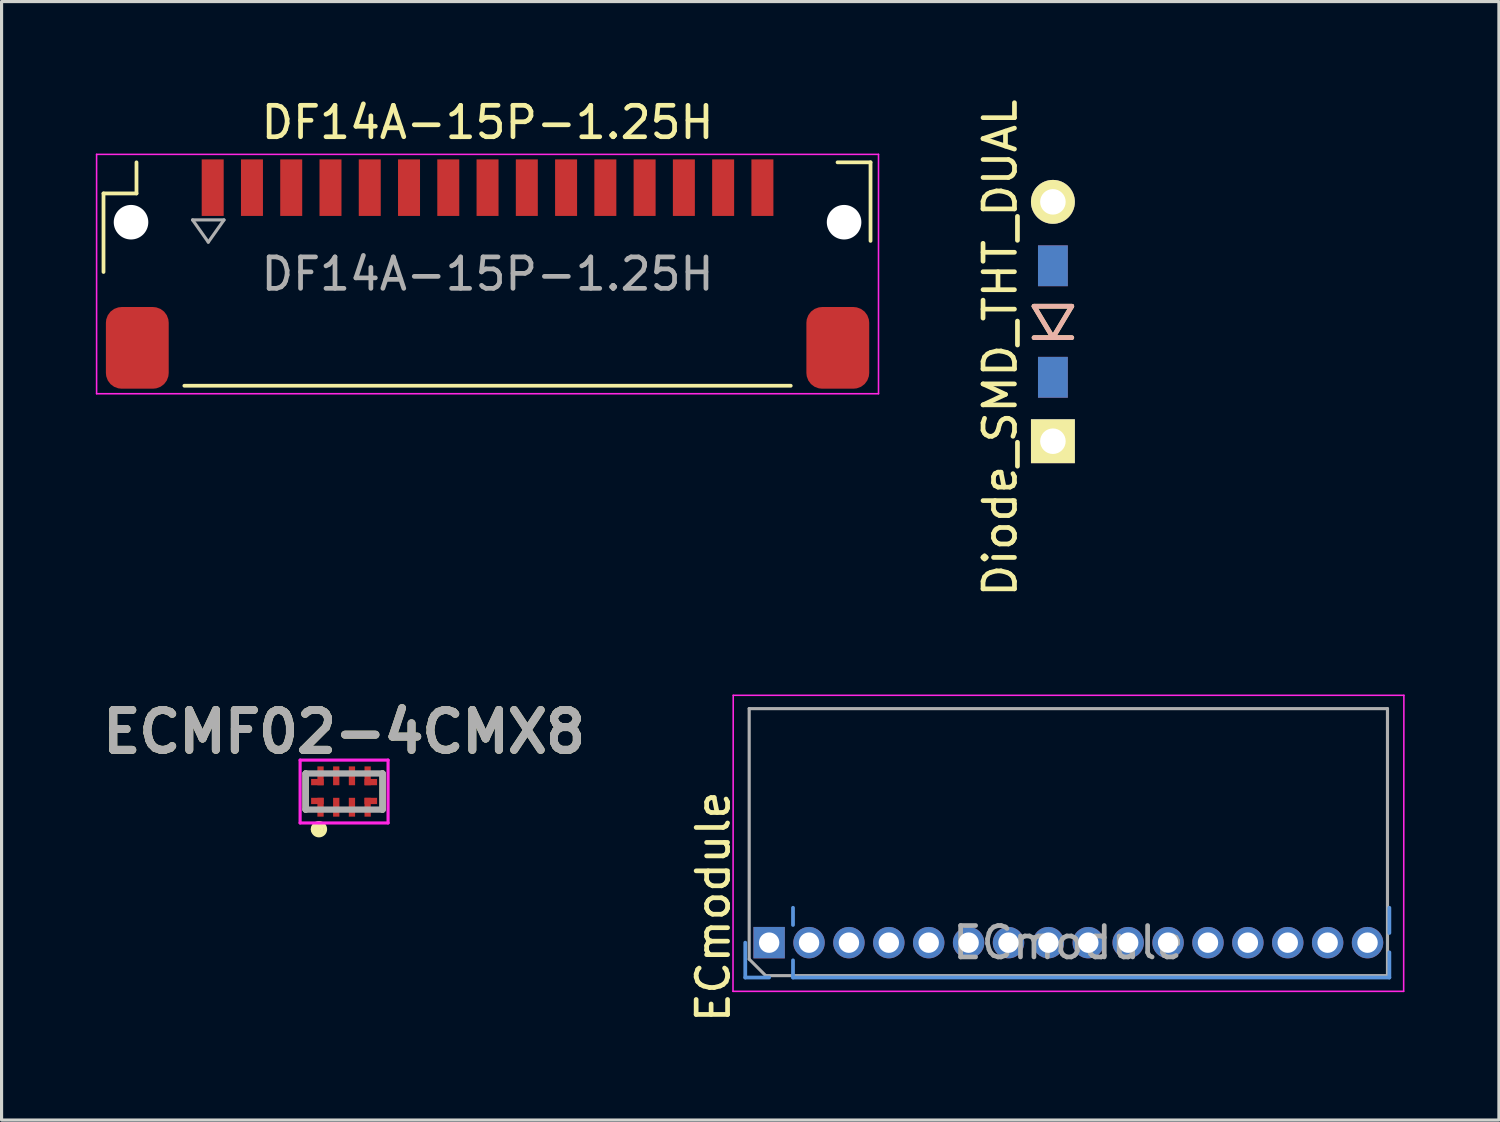
<source format=kicad_pcb>
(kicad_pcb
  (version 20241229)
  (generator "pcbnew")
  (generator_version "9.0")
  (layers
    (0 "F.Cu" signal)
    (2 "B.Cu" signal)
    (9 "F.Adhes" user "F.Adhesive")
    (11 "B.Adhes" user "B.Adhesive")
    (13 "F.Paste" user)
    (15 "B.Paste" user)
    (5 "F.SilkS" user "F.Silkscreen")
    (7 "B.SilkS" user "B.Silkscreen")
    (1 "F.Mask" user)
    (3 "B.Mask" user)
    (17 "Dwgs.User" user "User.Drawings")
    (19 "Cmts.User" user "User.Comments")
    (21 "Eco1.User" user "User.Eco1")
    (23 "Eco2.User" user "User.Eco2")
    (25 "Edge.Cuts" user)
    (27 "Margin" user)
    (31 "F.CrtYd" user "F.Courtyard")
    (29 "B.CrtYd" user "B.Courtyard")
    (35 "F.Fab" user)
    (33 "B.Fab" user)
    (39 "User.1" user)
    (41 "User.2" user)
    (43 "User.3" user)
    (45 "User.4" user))
  (footprint "ECMF02-4CMX8"
    (layer "F.Cu")
    (at 7.904 22.148)
    (property "Reference" "ECMF02-4CMX8" (at 0 -1.9 0) (layer "F.SilkS") (effects (font (size 1.27 1.27) (thickness 0.254))))
    (attr smd)
    (fp_line (start -1.225 -0.575) (end -1.225 0.575) (stroke (width 0.2) (type solid)) (layer "F.SilkS"))
    (fp_line (start 1.225 -0.575) (end 1.225 0.575) (stroke (width 0.2) (type solid)) (layer "F.SilkS"))
    (fp_circle (center -0.9 1.2) (end -0.8 1.2) (stroke (width 0.12) (type solid)) (fill no) (layer "F.SilkS"))
    (fp_circle (center -0.8 1.2) (end -0.7 1.2) (stroke (width 0.12) (type solid)) (fill no) (layer "F.SilkS"))
    (fp_circle (center -0.8 1.2) (end -0.6 1.2) (stroke (width 0.12) (type solid)) (fill no) (layer "F.SilkS"))
    (fp_line (start -1.4 -1) (end 1.4 -1) (stroke (width 0.1) (type solid)) (layer "F.CrtYd"))
    (fp_line (start -1.4 1) (end -1.4 -1) (stroke (width 0.1) (type solid)) (layer "F.CrtYd"))
    (fp_line (start 1.4 -1) (end 1.4 1) (stroke (width 0.1) (type solid)) (layer "F.CrtYd"))
    (fp_line (start 1.4 1) (end -1.4 1) (stroke (width 0.1) (type solid)) (layer "F.CrtYd"))
    (fp_line (start -1.225 -0.575) (end 1.225 -0.575) (stroke (width 0.2) (type solid)) (layer "F.Fab"))
    (fp_line (start -1.225 0.575) (end -1.225 -0.575) (stroke (width 0.2) (type solid)) (layer "F.Fab"))
    (fp_line (start 1.225 -0.575) (end 1.225 0.575) (stroke (width 0.2) (type solid)) (layer "F.Fab"))
    (fp_line (start 1.225 0.575) (end -1.225 0.575) (stroke (width 0.2) (type solid)) (layer "F.Fab"))
    (fp_text user "${REFERENCE}" (at 0 -1.9 0) (layer "F.Fab") (effects (font (size 1.27 1.27) (thickness 0.254))))
    (pad "1" smd rect (at -0.85 0.3 90) (size 0.2 0.4) (layers "F.Cu" "F.Mask" "F.Paste"))
    (pad "1" smd rect (at -0.75 0.5) (size 0.2 0.6) (layers "F.Cu" "F.Mask" "F.Paste"))
    (pad "2" smd rect (at -0.25 0.5) (size 0.2 0.6) (layers "F.Cu" "F.Mask" "F.Paste"))
    (pad "3" smd rect (at 0.25 0.5) (size 0.2 0.6) (layers "F.Cu" "F.Mask" "F.Paste"))
    (pad "4" smd rect (at 0.75 0.5) (size 0.2 0.6) (layers "F.Cu" "F.Mask" "F.Paste"))
    (pad "4" smd rect (at 0.85 0.3 270) (size 0.2 0.4) (layers "F.Cu" "F.Mask" "F.Paste"))
    (pad "5" smd rect (at 0.75 -0.5) (size 0.2 0.6) (layers "F.Cu" "F.Mask" "F.Paste"))
    (pad "5" smd rect (at 0.85 -0.3 90) (size 0.2 0.4) (layers "F.Cu" "F.Mask" "F.Paste"))
    (pad "6" smd rect (at 0.25 -0.5) (size 0.2 0.6) (layers "F.Cu" "F.Mask" "F.Paste"))
    (pad "7" smd rect (at -0.25 -0.5) (size 0.2 0.6) (layers "F.Cu" "F.Mask" "F.Paste"))
    (pad "8" smd rect (at -0.85 -0.3 90) (size 0.2 0.4) (layers "F.Cu" "F.Mask" "F.Paste"))
    (pad "8" smd rect (at -0.75 -0.5) (size 0.2 0.6) (layers "F.Cu" "F.Mask" "F.Paste")))
  (footprint "ECmodule"
    (layer "F.Cu")
    (at 21.435 26.959)
    (property "Reference" "ECmodule" (at -1.778 -1.143 90) (layer "F.SilkS") (effects (font (size 1 1) (thickness 0.15))))
    (attr through_hole)
    (fp_line (start -0.76 1.11) (end -0.76 0) (stroke (width 0.12) (type solid)) (layer "Cmts.User"))
    (fp_line (start 0 1.11) (end -0.76 1.11) (stroke (width 0.12) (type solid)) (layer "Cmts.User"))
    (fp_line (start 0.76 -0.563) (end 0.76 -1.11) (stroke (width 0.12) (type solid)) (layer "Cmts.User"))
    (fp_line (start 0.76 1.11) (end 0.76 0.563) (stroke (width 0.12) (type solid)) (layer "Cmts.User"))
    (fp_line (start 0.76 1.11) (end 19.745 1.11) (stroke (width 0.12) (type solid)) (layer "Cmts.User"))
    (fp_line (start 19.745 -0.308) (end 19.745 -1.11) (stroke (width 0.12) (type solid)) (layer "Cmts.User"))
    (fp_line (start 19.745 1.11) (end 19.745 0.308) (stroke (width 0.12) (type solid)) (layer "Cmts.User"))
    (fp_line (start -1.15 1.55) (end 20.2 1.55) (stroke (width 0.05) (type solid)) (layer "F.CrtYd"))
    (fp_line (start -1.143 -7.874) (end -1.15 1.55) (stroke (width 0.05) (type solid)) (layer "F.CrtYd"))
    (fp_line (start 20.2 1.55) (end 20.207 -7.874) (stroke (width 0.05) (type solid)) (layer "F.CrtYd"))
    (fp_line (start 20.207 -7.874) (end -1.143 -7.874) (stroke (width 0.05) (type solid)) (layer "F.CrtYd"))
    (fp_line (start -0.635 -7.45) (end 19.685 -7.45) (stroke (width 0.1) (type solid)) (layer "F.Fab"))
    (fp_line (start -0.635 0.525) (end -0.635 -7.45) (stroke (width 0.1) (type solid)) (layer "F.Fab"))
    (fp_line (start -0.11 1.05) (end -0.635 0.525) (stroke (width 0.1) (type solid)) (layer "F.Fab"))
    (fp_line (start 19.685 -7.45) (end 19.685 1.05) (stroke (width 0.1) (type solid)) (layer "F.Fab"))
    (fp_line (start 19.685 1.05) (end -0.11 1.05) (stroke (width 0.1) (type solid)) (layer "F.Fab"))
    (fp_text user "${REFERENCE}" (at 9.525 0 180) (layer "F.Fab") (effects (font (size 1 1) (thickness 0.15))))
    (pad "1" thru_hole rect (at 0 0 90) (size 1 1) (drill 0.65) (layers "*.Cu" "*.Mask"))
    (pad "2" thru_hole oval (at 1.27 0 90) (size 1 1) (drill 0.65) (layers "*.Cu" "*.Mask"))
    (pad "3" thru_hole oval (at 2.54 0 90) (size 1 1) (drill 0.65) (layers "*.Cu" "*.Mask"))
    (pad "4" thru_hole oval (at 3.81 0 90) (size 1 1) (drill 0.65) (layers "*.Cu" "*.Mask"))
    (pad "5" thru_hole oval (at 5.08 0 90) (size 1 1) (drill 0.65) (layers "*.Cu" "*.Mask"))
    (pad "6" thru_hole oval (at 6.35 0 90) (size 1 1) (drill 0.65) (layers "*.Cu" "*.Mask"))
    (pad "7" thru_hole oval (at 7.62 0 90) (size 1 1) (drill 0.65) (layers "*.Cu" "*.Mask"))
    (pad "8" thru_hole oval (at 8.89 0 90) (size 1 1) (drill 0.65) (layers "*.Cu" "*.Mask"))
    (pad "9" thru_hole oval (at 10.16 0 90) (size 1 1) (drill 0.65) (layers "*.Cu" "*.Mask"))
    (pad "10" thru_hole oval (at 11.43 0 90) (size 1 1) (drill 0.65) (layers "*.Cu" "*.Mask"))
    (pad "11" thru_hole oval (at 12.7 0 90) (size 1 1) (drill 0.65) (layers "*.Cu" "*.Mask"))
    (pad "12" thru_hole oval (at 13.97 0 90) (size 1 1) (drill 0.65) (layers "*.Cu" "*.Mask"))
    (pad "13" thru_hole oval (at 15.24 0 90) (size 1 1) (drill 0.65) (layers "*.Cu" "*.Mask"))
    (pad "14" thru_hole oval (at 16.51 0 90) (size 1 1) (drill 0.65) (layers "*.Cu" "*.Mask"))
    (pad "15" thru_hole oval (at 17.78 0 90) (size 1 1) (drill 0.65) (layers "*.Cu" "*.Mask"))
    (pad "16" thru_hole oval (at 19.05 0 90) (size 1 1) (drill 0.65) (layers "*.Cu" "*.Mask")))
  (footprint "DF14A-15P-1.25H"
    (layer "F.Cu")
    (at 12.471 5.674)
    (property "Reference" "DF14A-15P-1.25H" (at 0 -4.826 0) (layer "F.SilkS") (effects (font (size 1 1) (thickness 0.15))))
    (attr smd)
    (fp_line (start -12.226 -2.566) (end -11.176 -2.566) (stroke (width 0.12) (type solid)) (layer "F.SilkS"))
    (fp_line (start -12.226 -0.066) (end -12.226 -2.566) (stroke (width 0.12) (type solid)) (layer "F.SilkS"))
    (fp_line (start -11.176 -2.566) (end -11.176 -3.556) (stroke (width 0.12) (type solid)) (layer "F.SilkS"))
    (fp_line (start -9.652 3.556) (end 9.652 3.556) (stroke (width 0.12) (type solid)) (layer "F.SilkS"))
    (fp_line (start 12.192 -3.556) (end 11.142 -3.556) (stroke (width 0.12) (type solid)) (layer "F.SilkS"))
    (fp_line (start 12.192 -1.056) (end 12.192 -3.556) (stroke (width 0.12) (type solid)) (layer "F.SilkS"))
    (fp_line (start -12.446 -3.81) (end -12.446 3.81) (stroke (width 0.05) (type solid)) (layer "F.CrtYd"))
    (fp_line (start -12.446 3.81) (end 12.446 3.81) (stroke (width 0.05) (type solid)) (layer "F.CrtYd"))
    (fp_line (start 12.446 -3.81) (end -12.446 -3.81) (stroke (width 0.05) (type solid)) (layer "F.CrtYd"))
    (fp_line (start 12.446 3.81) (end 12.446 -3.81) (stroke (width 0.05) (type solid)) (layer "F.CrtYd"))
    (fp_line (start -9.39 -1.723) (end -8.89 -1.016) (stroke (width 0.1) (type solid)) (layer "F.Fab"))
    (fp_line (start -9.39 -1.723) (end -8.39 -1.723) (stroke (width 0.1) (type solid)) (layer "F.Fab"))
    (fp_line (start -8.89 -1.016) (end -8.39 -1.723) (stroke (width 0.1) (type solid)) (layer "F.Fab"))
    (fp_text user "${REFERENCE}" (at 0 0 0) (layer "F.Fab") (effects (font (size 1 1) (thickness 0.15))))
    (pad "" np_thru_hole circle (at -11.35 -1.65 180) (size 1.1 1.1) (drill 1.1) (layers "*.Cu" "*.Mask"))
    (pad "" np_thru_hole circle (at 11.35 -1.65 180) (size 1.1 1.1) (drill 1.1) (layers "*.Cu" "*.Mask"))
    (pad "1" smd rect (at -8.75 -2.75 180) (size 0.7 1.8) (layers "F.Cu" "F.Mask" "F.Paste"))
    (pad "2" smd rect (at -7.5 -2.75 180) (size 0.7 1.8) (layers "F.Cu" "F.Mask" "F.Paste"))
    (pad "3" smd rect (at -6.25 -2.75 180) (size 0.7 1.8) (layers "F.Cu" "F.Mask" "F.Paste"))
    (pad "4" smd rect (at -5 -2.75 180) (size 0.7 1.8) (layers "F.Cu" "F.Mask" "F.Paste"))
    (pad "5" smd rect (at -3.75 -2.75 180) (size 0.7 1.8) (layers "F.Cu" "F.Mask" "F.Paste"))
    (pad "6" smd rect (at -2.5 -2.75 180) (size 0.7 1.8) (layers "F.Cu" "F.Mask" "F.Paste"))
    (pad "7" smd rect (at -1.25 -2.75 180) (size 0.7 1.8) (layers "F.Cu" "F.Mask" "F.Paste"))
    (pad "8" smd rect (at 0 -2.75 180) (size 0.7 1.8) (layers "F.Cu" "F.Mask" "F.Paste"))
    (pad "9" smd rect (at 1.25 -2.75 180) (size 0.7 1.8) (layers "F.Cu" "F.Mask" "F.Paste"))
    (pad "10" smd rect (at 2.5 -2.75 180) (size 0.7 1.8) (layers "F.Cu" "F.Mask" "F.Paste"))
    (pad "11" smd rect (at 3.75 -2.75 180) (size 0.7 1.8) (layers "F.Cu" "F.Mask" "F.Paste"))
    (pad "12" smd rect (at 5 -2.75 180) (size 0.7 1.8) (layers "F.Cu" "F.Mask" "F.Paste"))
    (pad "13" smd rect (at 6.25 -2.75 180) (size 0.7 1.8) (layers "F.Cu" "F.Mask" "F.Paste"))
    (pad "14" smd rect (at 7.5 -2.75 180) (size 0.7 1.8) (layers "F.Cu" "F.Mask" "F.Paste"))
    (pad "15" smd rect (at 8.75 -2.75 180) (size 0.7 1.8) (layers "F.Cu" "F.Mask" "F.Paste"))
    (pad "MP" smd roundrect (at -11.15 2.35 180) (size 2 2.6) (layers "F.Cu" "F.Mask" "F.Paste") (roundrect_rratio 0.25))
    (pad "MP" smd roundrect (at 11.15 2.35 180) (size 2 2.6) (layers "F.Cu" "F.Mask" "F.Paste") (roundrect_rratio 0.25)))
  (footprint "Diode_SMD_THT_DUAL"
    (layer "F.Cu")
    (at 30.469 7.186)
    (property "Reference" "Diode_SMD_THT_DUAL" (at -1.679 0.843 90) (layer "F.SilkS") (effects (font (size 1 1) (thickness 0.15))))
    (attr exclude_from_pos_files exclude_from_bom)
    (fp_line (start -0.6 -0.487) (end 0.6 -0.487) (stroke (width 0.15) (type solid)) (layer "F.SilkS"))
    (fp_line (start -0.6 0.513) (end 0.6 0.513) (stroke (width 0.15) (type solid)) (layer "F.SilkS"))
    (fp_line (start 0 0.513) (end -0.6 -0.487) (stroke (width 0.15) (type solid)) (layer "F.SilkS"))
    (fp_line (start 0.6 -0.487) (end 0 0.513) (stroke (width 0.15) (type solid)) (layer "F.SilkS"))
    (fp_line (start -0.6 -0.487) (end 0.6 -0.487) (stroke (width 0.15) (type solid)) (layer "B.SilkS"))
    (fp_line (start -0.6 0.513) (end 0.6 0.513) (stroke (width 0.15) (type solid)) (layer "B.SilkS"))
    (fp_line (start 0 0.513) (end -0.6 -0.487) (stroke (width 0.15) (type solid)) (layer "B.SilkS"))
    (fp_line (start 0.6 -0.487) (end 0 0.513) (stroke (width 0.15) (type solid)) (layer "B.SilkS"))
    (pad "1" smd rect (at 0 1.775 90) (size 1.3 0.95) (layers "F.Cu" "F.Mask" "F.Paste"))
    (pad "1" smd rect (at 0 1.775 90) (size 1.3 0.95) (layers "B.Cu" "B.Mask" "B.Paste"))
    (pad "1" thru_hole rect (at 0 3.81 90) (size 1.397 1.397) (drill 0.813) (layers "*.Cu" "*.Mask" "F.SilkS"))
    (pad "2" thru_hole circle (at 0 -3.81 90) (size 1.397 1.397) (drill 0.813) (layers "*.Cu" "*.Mask" "F.SilkS"))
    (pad "2" smd rect (at 0 -1.775 90) (size 1.3 0.95) (layers "F.Cu" "F.Mask" "F.Paste"))
    (pad "2" smd rect (at 0 -1.775 90) (size 1.3 0.95) (layers "B.Cu" "B.Mask" "B.Paste")))
  (gr_rect
    (start -3 -3)
    (end 44.667 32.607)
    (stroke (width 0.1) (type default))
    (fill no)
    (layer "Edge.Cuts")))
</source>
